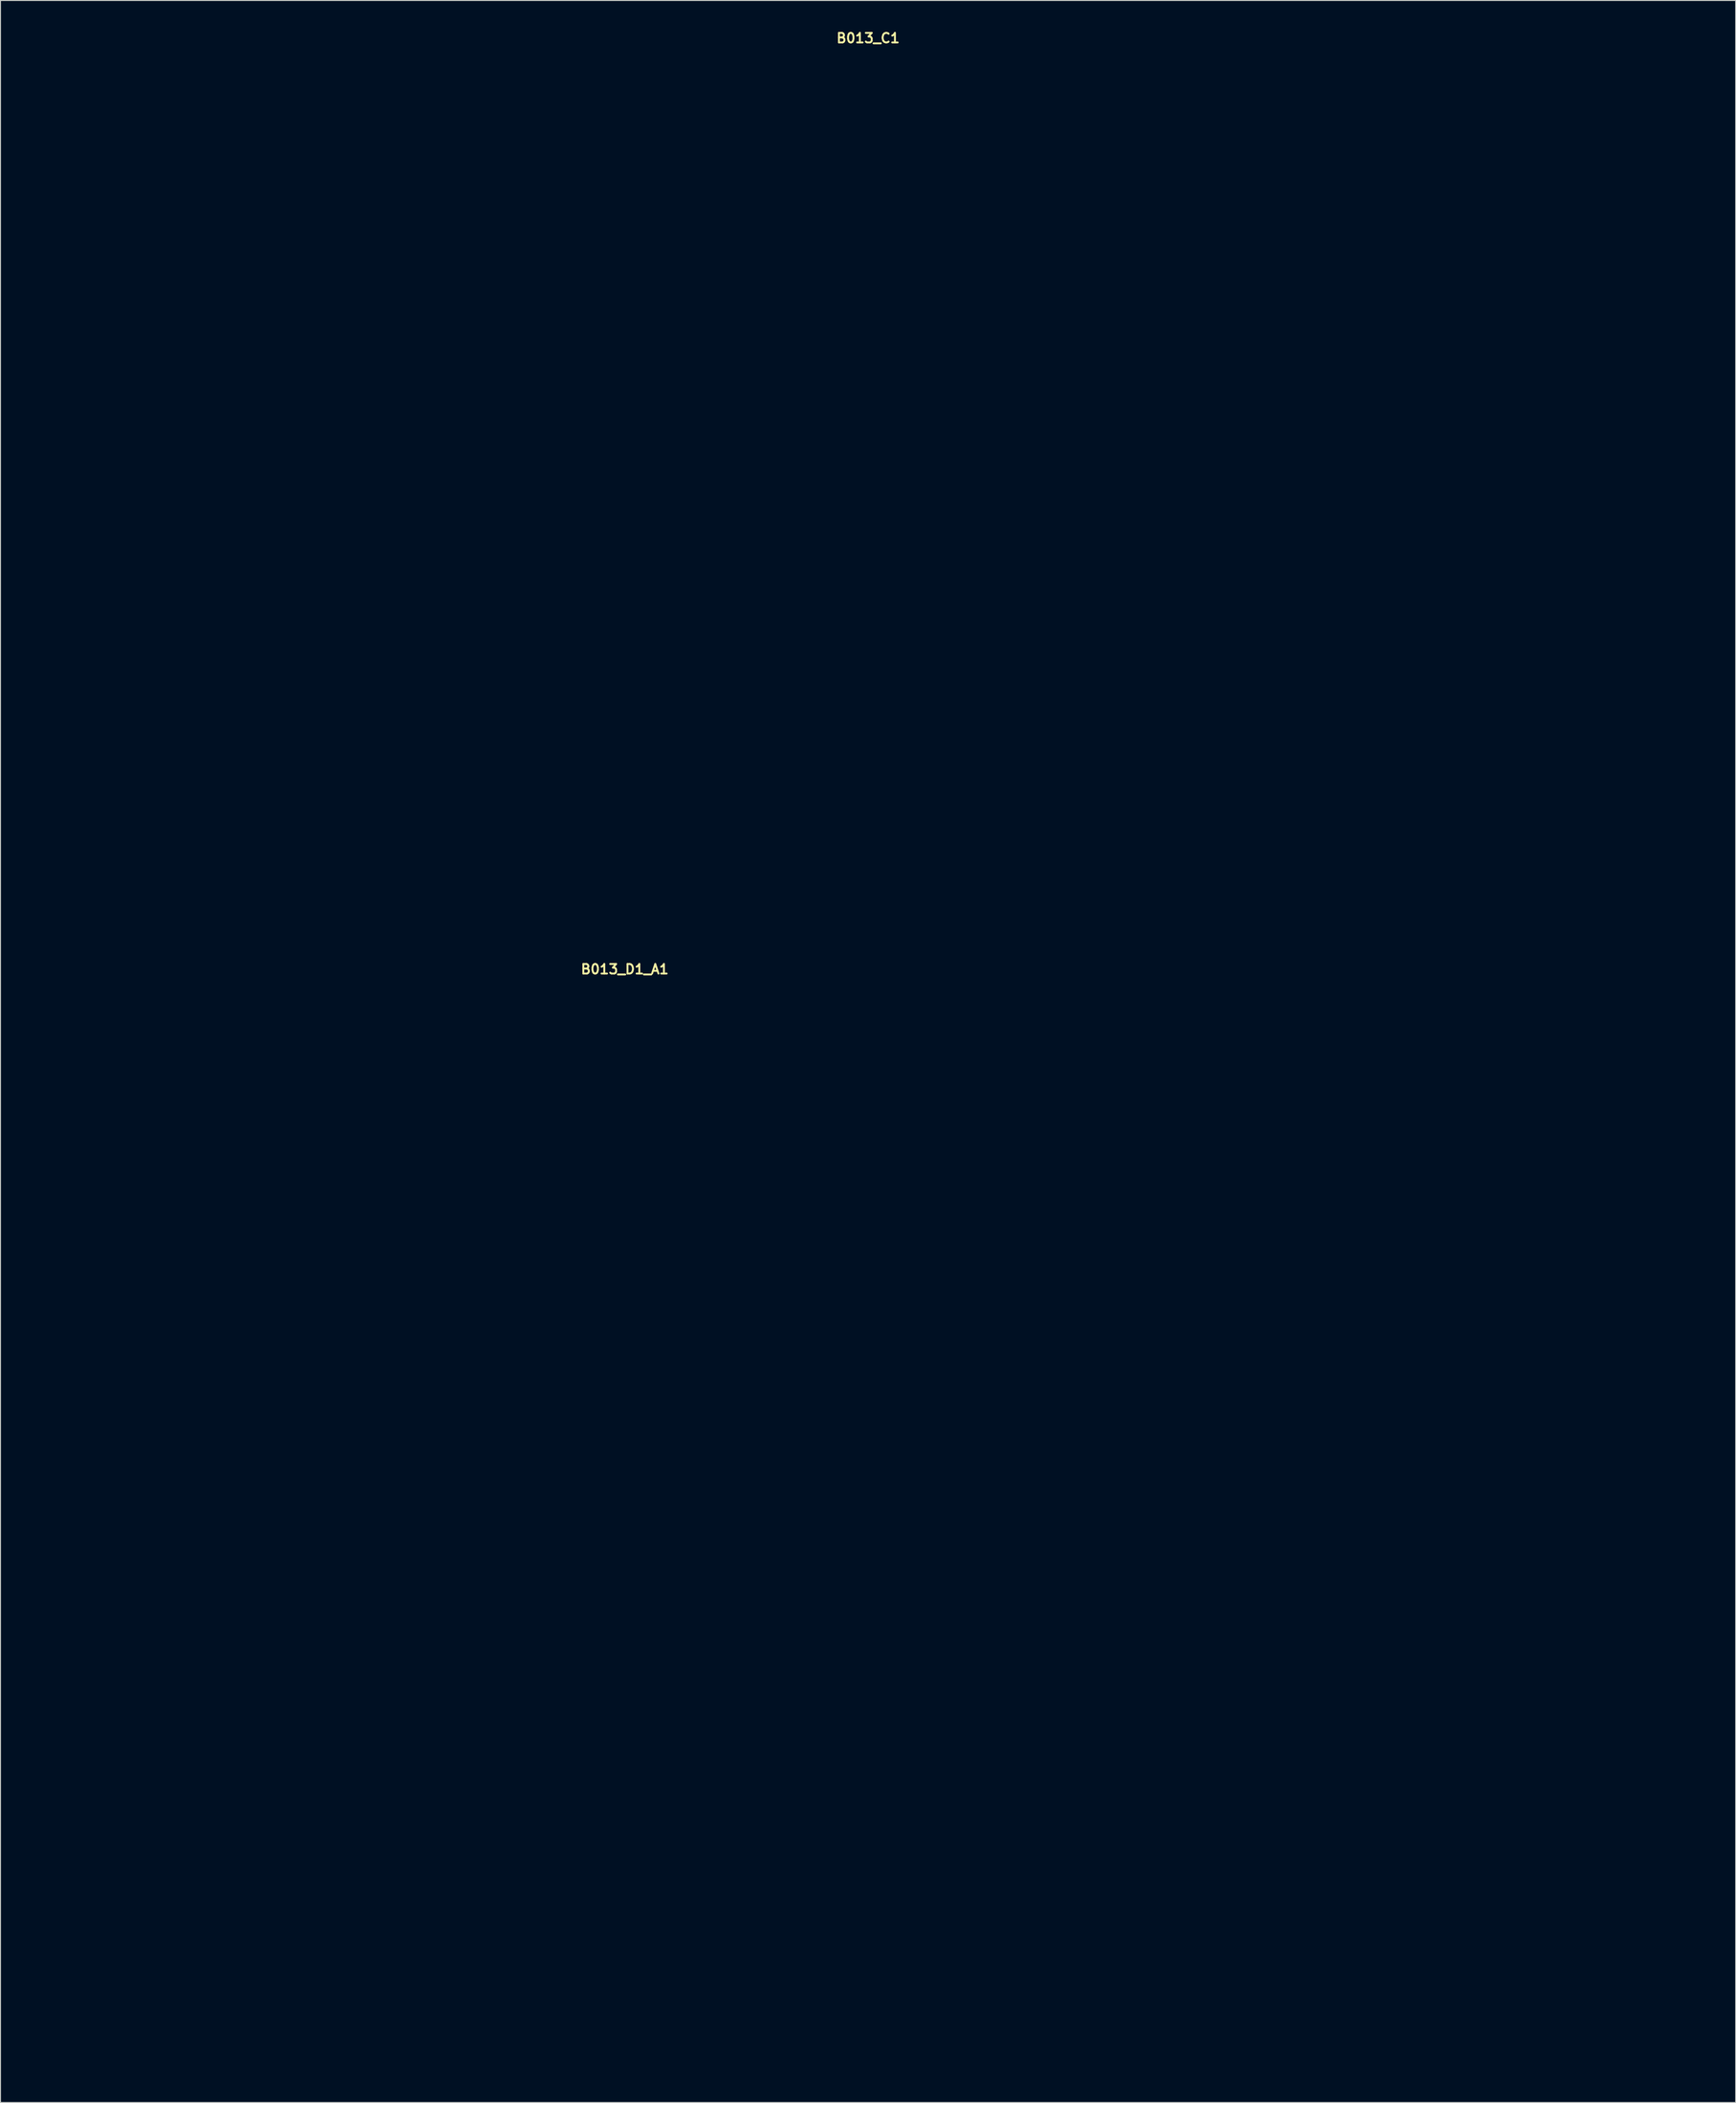
<source format=kicad_pcb>
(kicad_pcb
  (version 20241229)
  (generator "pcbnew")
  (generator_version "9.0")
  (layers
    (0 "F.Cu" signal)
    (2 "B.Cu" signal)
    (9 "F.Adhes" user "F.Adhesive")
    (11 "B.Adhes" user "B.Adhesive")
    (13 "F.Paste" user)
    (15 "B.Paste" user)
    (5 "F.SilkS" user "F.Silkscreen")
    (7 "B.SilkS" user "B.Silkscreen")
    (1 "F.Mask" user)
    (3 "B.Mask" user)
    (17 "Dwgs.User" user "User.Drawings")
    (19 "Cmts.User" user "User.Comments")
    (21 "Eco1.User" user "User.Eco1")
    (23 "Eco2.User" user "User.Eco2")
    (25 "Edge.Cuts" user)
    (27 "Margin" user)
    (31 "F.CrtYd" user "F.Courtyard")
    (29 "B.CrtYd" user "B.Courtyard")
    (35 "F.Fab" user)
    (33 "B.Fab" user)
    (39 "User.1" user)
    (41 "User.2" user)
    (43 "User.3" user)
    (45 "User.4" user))
  (footprint "B013_C1"
    (layer "F.Cu")
    (at 87.75 33.575)
    (property "Reference" "B013_C1" (at 0 -32.639 0) (layer "F.SilkS") (effects (font (size 1 1) (thickness 0.2))))
    (attr through_hole)
    (fp_line (start -87.55 -31.8) (end -87.55 31.8) (stroke (width 0.4) (type solid)) (layer "Eco1.User"))
    (fp_line (start -87.55 -31.8) (end -57.25 -31.8) (stroke (width 0.4) (type solid)) (layer "Eco1.User"))
    (fp_line (start -87.55 31.8) (end -57.25 31.8) (stroke (width 0.4) (type solid)) (layer "Eco1.User"))
    (fp_line (start -83.55 -31.8) (end -83.55 31.8) (stroke (width 0.4) (type solid)) (layer "Eco1.User"))
    (fp_line (start -57.25 -31.8) (end -57.25 31.8) (stroke (width 0.4) (type solid)) (layer "Eco1.User"))
    (fp_line (start -57.25 -31.8) (end 57.25 -31.8) (stroke (width 0.4) (type solid)) (layer "Eco1.User"))
    (fp_line (start -57.25 31.8) (end 57.25 31.8) (stroke (width 0.4) (type solid)) (layer "Eco1.User"))
    (fp_line (start -55.75 -30.45) (end -55.75 30.45) (stroke (width 0.4) (type solid)) (layer "Eco1.User"))
    (fp_line (start -55.75 -30.45) (end 55.75 -30.45) (stroke (width 0.4) (type solid)) (layer "Eco1.User"))
    (fp_line (start -55.75 -23.85) (end -52.25 -23.85) (stroke (width 0.4) (type solid)) (layer "Eco1.User"))
    (fp_line (start -55.75 23.85) (end -52.25 23.85) (stroke (width 0.4) (type solid)) (layer "Eco1.User"))
    (fp_line (start -55.75 30.45) (end 55.75 30.45) (stroke (width 0.4) (type solid)) (layer "Eco1.User"))
    (fp_line (start -49 -30.45) (end -49 -27.1) (stroke (width 0.4) (type solid)) (layer "Eco1.User"))
    (fp_line (start -49 27.1) (end -49 30.45) (stroke (width 0.4) (type solid)) (layer "Eco1.User"))
    (fp_line (start 49 -30.45) (end 49 -27.1) (stroke (width 0.4) (type solid)) (layer "Eco1.User"))
    (fp_line (start 49 27.1) (end 49 30.45) (stroke (width 0.4) (type solid)) (layer "Eco1.User"))
    (fp_line (start 52.25 -23.85) (end 55.75 -23.85) (stroke (width 0.4) (type solid)) (layer "Eco1.User"))
    (fp_line (start 52.25 23.85) (end 55.75 23.85) (stroke (width 0.4) (type solid)) (layer "Eco1.User"))
    (fp_line (start 55.75 -30.45) (end 55.75 30.45) (stroke (width 0.4) (type solid)) (layer "Eco1.User"))
    (fp_line (start 57.25 -31.8) (end 57.25 31.8) (stroke (width 0.4) (type solid)) (layer "Eco1.User"))
    (fp_line (start 57.25 -31.8) (end 87.55 -31.8) (stroke (width 0.4) (type solid)) (layer "Eco1.User"))
    (fp_line (start 57.25 31.8) (end 87.55 31.8) (stroke (width 0.4) (type solid)) (layer "Eco1.User"))
    (fp_line (start 83.55 -31.8) (end 83.55 31.8) (stroke (width 0.4) (type solid)) (layer "Eco1.User"))
    (fp_line (start 87.55 -31.8) (end 87.55 31.8) (stroke (width 0.4) (type solid)) (layer "Eco1.User"))
    (fp_arc (start -52.25 23.85) (mid -49.951903 24.801903) (end -49 27.1) (stroke (width 0.4) (type solid)) (layer "Eco1.User"))
    (fp_arc (start -49 -27.1) (mid -49.951903 -24.801903) (end -52.25 -23.85) (stroke (width 0.4) (type solid)) (layer "Eco1.User"))
    (fp_arc (start 49 27.1) (mid 49.951903 24.801903) (end 52.25 23.85) (stroke (width 0.4) (type solid)) (layer "Eco1.User"))
    (fp_arc (start 52.25 -23.85) (mid 49.951903 -24.801903) (end 49 -27.1) (stroke (width 0.4) (type solid)) (layer "Eco1.User"))
    (fp_circle (center -69.4 13.335) (end -63.4 13.335) (stroke (width 0.4) (type solid)) (fill no) (layer "Eco1.User"))
    (fp_circle (center -52.25 -27.1) (end -50.75 -27.1) (stroke (width 0.4) (type solid)) (fill no) (layer "Eco1.User"))
    (fp_circle (center -52.25 27.1) (end -50.75 27.1) (stroke (width 0.4) (type solid)) (fill no) (layer "Eco1.User"))
    (fp_circle (center 52.25 -27.1) (end 53.75 -27.1) (stroke (width 0.4) (type solid)) (fill no) (layer "Eco1.User"))
    (fp_circle (center 52.25 27.1) (end 53.75 27.1) (stroke (width 0.4) (type solid)) (fill no) (layer "Eco1.User"))
    (fp_circle (center 69.4 13.335) (end 75.4 13.335) (stroke (width 0.4) (type solid)) (fill no) (layer "Eco1.User"))
    (fp_circle (center 70.9 -1.27) (end 76.4 -1.27) (stroke (width 0.4) (type solid)) (fill no) (layer "Eco1.User")))
  (footprint "B013_D1_A1"
    (layer "F.Cu")
    (at 62.3 156.325)
    (property "Reference" "B013_D1_A1" (at 0 -58.039 0) (layer "F.SilkS") (effects (font (size 1 1) (thickness 0.2))))
    (attr through_hole)
    (fp_line (start -62.1 -57.25) (end -62.1 57.25) (stroke (width 0.4) (type solid)) (layer "Eco1.User"))
    (fp_line (start -62.1 -57.25) (end -31.8 -57.25) (stroke (width 0.4) (type solid)) (layer "Eco1.User"))
    (fp_line (start -62.1 57.25) (end -31.8 57.25) (stroke (width 0.4) (type solid)) (layer "Eco1.User"))
    (fp_line (start -58.1 -57.25) (end -58.1 57.25) (stroke (width 0.4) (type solid)) (layer "Eco1.User"))
    (fp_line (start -31.8 -87.55) (end -31.8 -57.25) (stroke (width 0.4) (type solid)) (layer "Eco1.User"))
    (fp_line (start -31.8 -87.55) (end 31.8 -87.55) (stroke (width 0.4) (type solid)) (layer "Eco1.User"))
    (fp_line (start -31.8 -83.55) (end 31.8 -83.55) (stroke (width 0.4) (type solid)) (layer "Eco1.User"))
    (fp_line (start -31.8 -57.25) (end -31.8 57.25) (stroke (width 0.4) (type solid)) (layer "Eco1.User"))
    (fp_line (start -31.8 -57.25) (end 31.8 -57.25) (stroke (width 0.4) (type solid)) (layer "Eco1.User"))
    (fp_line (start -31.8 57.25) (end 31.8 57.25) (stroke (width 0.4) (type solid)) (layer "Eco1.User"))
    (fp_line (start -30.45 -55.75) (end -30.45 55.75) (stroke (width 0.4) (type solid)) (layer "Eco1.User"))
    (fp_line (start -30.45 -55.75) (end 30.45 -55.75) (stroke (width 0.4) (type solid)) (layer "Eco1.User"))
    (fp_line (start -30.45 -49) (end -27.1 -49) (stroke (width 0.4) (type solid)) (layer "Eco1.User"))
    (fp_line (start -30.45 49) (end -27.1 49) (stroke (width 0.4) (type solid)) (layer "Eco1.User"))
    (fp_line (start -30.45 55.75) (end 30.45 55.75) (stroke (width 0.4) (type solid)) (layer "Eco1.User"))
    (fp_line (start -23.85 -55.75) (end -23.85 -52.25) (stroke (width 0.4) (type solid)) (layer "Eco1.User"))
    (fp_line (start -23.85 52.25) (end -23.85 55.75) (stroke (width 0.4) (type solid)) (layer "Eco1.User"))
    (fp_line (start 23.85 -55.75) (end 23.85 -52.25) (stroke (width 0.4) (type solid)) (layer "Eco1.User"))
    (fp_line (start 23.85 52.25) (end 23.85 55.75) (stroke (width 0.4) (type solid)) (layer "Eco1.User"))
    (fp_line (start 27.1 -49) (end 30.45 -49) (stroke (width 0.4) (type solid)) (layer "Eco1.User"))
    (fp_line (start 27.1 49) (end 30.45 49) (stroke (width 0.4) (type solid)) (layer "Eco1.User"))
    (fp_line (start 30.45 -55.75) (end 30.45 55.75) (stroke (width 0.4) (type solid)) (layer "Eco1.User"))
    (fp_line (start 31.8 -87.55) (end 31.8 -57.25) (stroke (width 0.4) (type solid)) (layer "Eco1.User"))
    (fp_line (start 31.8 -57.25) (end 31.8 57.25) (stroke (width 0.4) (type solid)) (layer "Eco1.User"))
    (fp_line (start 31.8 -57.25) (end 62.1 -57.25) (stroke (width 0.4) (type solid)) (layer "Eco1.User"))
    (fp_line (start 31.8 57.25) (end 62.1 57.25) (stroke (width 0.4) (type solid)) (layer "Eco1.User"))
    (fp_line (start 58.1 -57.25) (end 58.1 57.25) (stroke (width 0.4) (type solid)) (layer "Eco1.User"))
    (fp_line (start 62.1 -57.25) (end 62.1 57.25) (stroke (width 0.4) (type solid)) (layer "Eco1.User"))
    (fp_arc (start -27.1 49) (mid -24.801903 49.951903) (end -23.85 52.25) (stroke (width 0.4) (type solid)) (layer "Eco1.User"))
    (fp_arc (start -23.85 -52.25) (mid -24.801903 -49.951903) (end -27.1 -49) (stroke (width 0.4) (type solid)) (layer "Eco1.User"))
    (fp_arc (start 23.85 52.25) (mid 24.801903 49.951903) (end 27.1 49) (stroke (width 0.4) (type solid)) (layer "Eco1.User"))
    (fp_arc (start 27.1 -49) (mid 24.801903 -49.951903) (end 23.85 -52.25) (stroke (width 0.4) (type solid)) (layer "Eco1.User"))
    (fp_circle (center -45.15 1.27) (end -39.15 1.27) (stroke (width 0.4) (type solid)) (fill no) (layer "Eco1.User"))
    (fp_circle (center -27.1 -52.25) (end -25.6 -52.25) (stroke (width 0.4) (type solid)) (fill no) (layer "Eco1.User"))
    (fp_circle (center -27.1 52.25) (end -25.6 52.25) (stroke (width 0.4) (type solid)) (fill no) (layer "Eco1.User"))
    (fp_circle (center -26.95 -40.44) (end -25.45 -40.44) (stroke (width 0.4) (type solid)) (fill no) (layer "Eco1.User"))
    (fp_circle (center -19.05 -40.44) (end -15.35 -40.44) (stroke (width 0.4) (type solid)) (fill no) (layer "Eco1.User"))
    (fp_circle (center -8.89 -50.8) (end -7.39 -50.8) (stroke (width 0.4) (type solid)) (fill no) (layer "Eco1.User"))
    (fp_circle (center -7.9 -26.47) (end -6.4 -26.47) (stroke (width 0.4) (type solid)) (fill no) (layer "Eco1.User"))
    (fp_circle (center 0 -72.1) (end 5.5 -72.1) (stroke (width 0.4) (type solid)) (fill no) (layer "Eco1.User"))
    (fp_circle (center 0 -26.47) (end 3.7 -26.47) (stroke (width 0.4) (type solid)) (fill no) (layer "Eco1.User"))
    (fp_circle (center 0 -7.62) (end 2.65 -7.62) (stroke (width 0.4) (type solid)) (fill no) (layer "Eco1.User"))
    (fp_circle (center 0 19.05) (end 6.5 19.05) (stroke (width 0.4) (type solid)) (fill no) (layer "Eco1.User"))
    (fp_circle (center 8.89 -50.8) (end 10.39 -50.8) (stroke (width 0.4) (type solid)) (fill no) (layer "Eco1.User"))
    (fp_circle (center 11.15 -40.44) (end 12.65 -40.44) (stroke (width 0.4) (type solid)) (fill no) (layer "Eco1.User"))
    (fp_circle (center 19.05 -40.44) (end 22.75 -40.44) (stroke (width 0.4) (type solid)) (fill no) (layer "Eco1.User"))
    (fp_circle (center 27.1 -52.25) (end 28.6 -52.25) (stroke (width 0.4) (type solid)) (fill no) (layer "Eco1.User"))
    (fp_circle (center 27.1 52.25) (end 28.6 52.25) (stroke (width 0.4) (type solid)) (fill no) (layer "Eco1.User"))
    (fp_circle (center 45.15 1.27) (end 51.15 1.27) (stroke (width 0.4) (type solid)) (fill no) (layer "Eco1.User")))
  (gr_rect
    (start -3 -3)
    (end 178.5 216.775)
    (stroke (width 0.1) (type default))
    (fill no)
    (layer "Edge.Cuts")))
</source>
